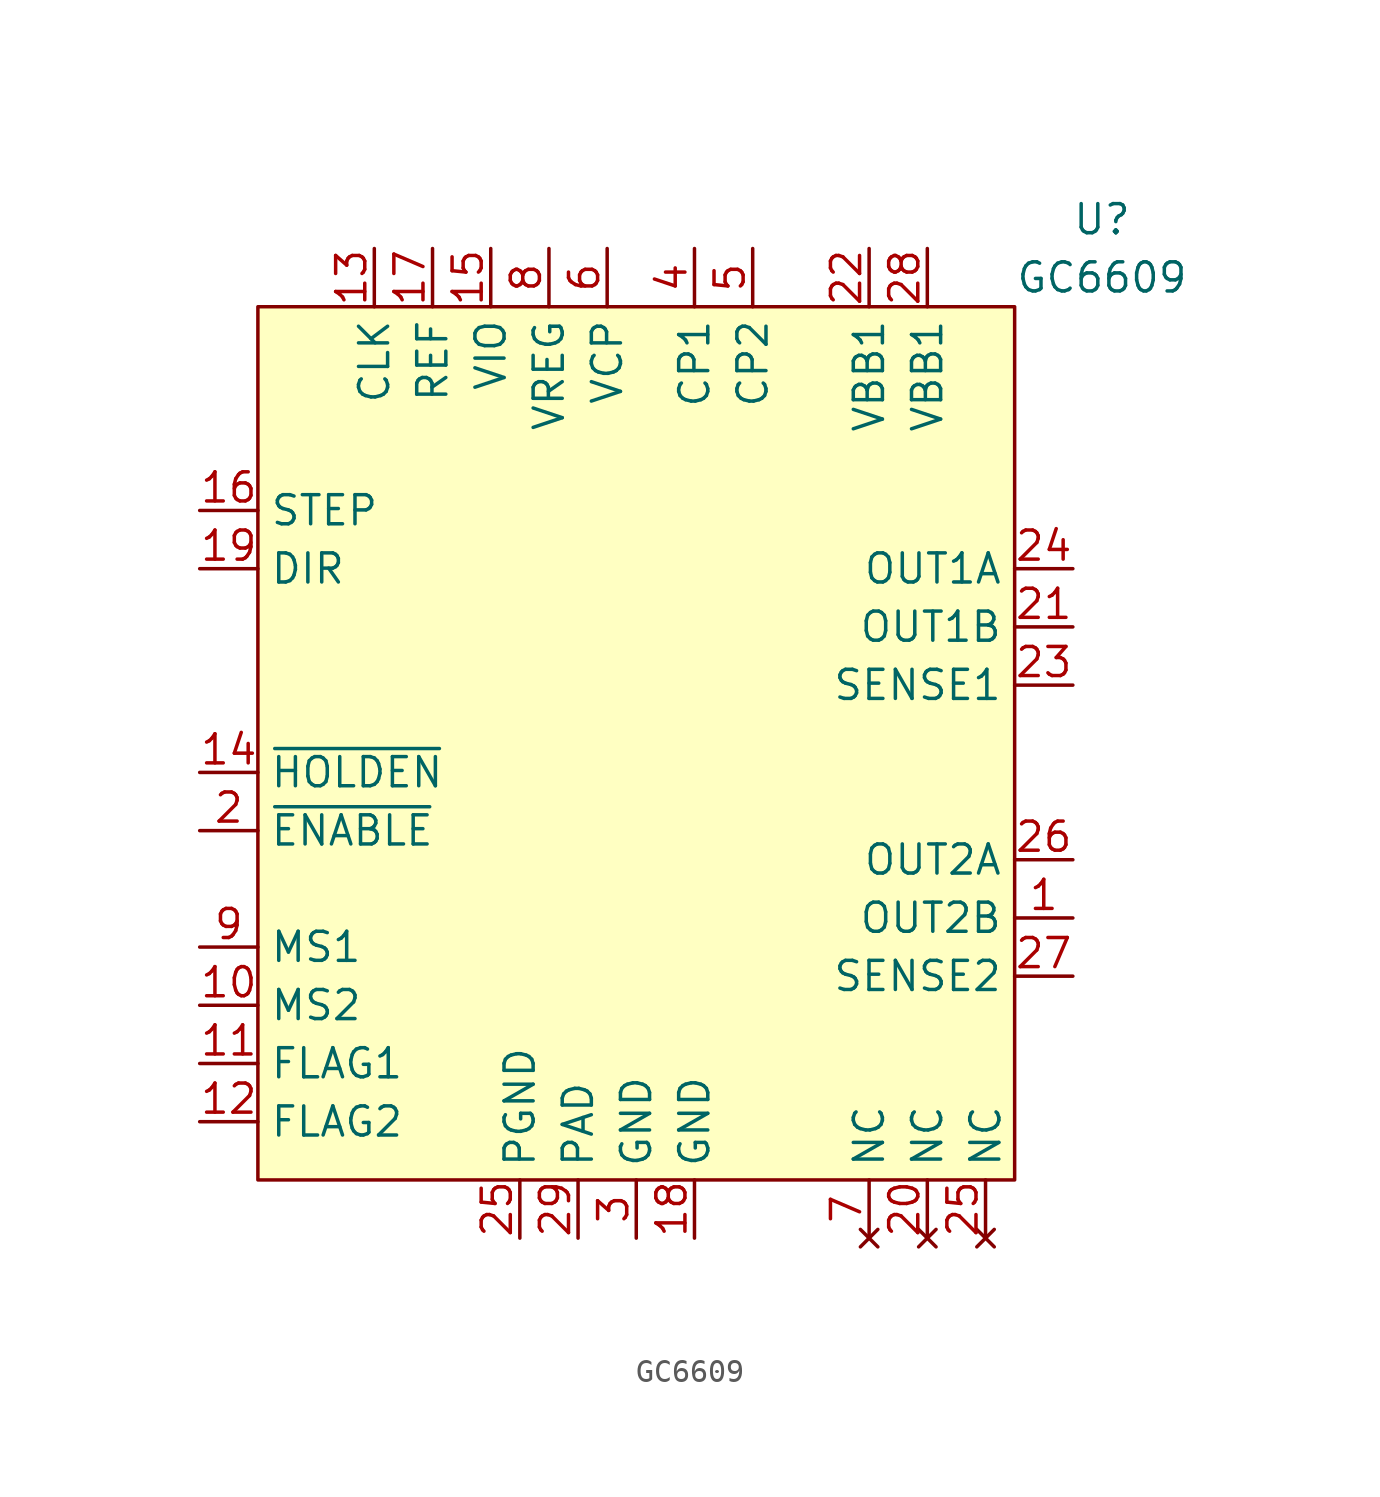
<source format=kicad_sym>
(kicad_symbol_lib
  (version 20231120)
  (generator "kicad_symbol_editor")
  (generator_version "8.0")
  (symbol "GC6609"
    (property "Reference" "U"
      (at 20.32 24.13 0)
      (effects (font (size 1.27 1.27))))
    (property "Value" "GC6609"
      (at 20.32 21.59 0)
      (effects (font (size 1.27 1.27))))
    (symbol "GC6609_1_1"
      (rectangle (start -16.51 20.32) (end 16.51 -17.78) (stroke (width 0) (type default)) (fill (type background)))
      (pin output line (at 19.05 -6.35 180) (length 2.54) (name "OUT2B" (effects (font (size 1.27 1.27)))) (number "1" (effects (font (size 1.27 1.27)))))
      (pin input line (at -19.05 -10.16 0) (length 2.54) (name "MS2" (effects (font (size 1.27 1.27)))) (number "10" (effects (font (size 1.27 1.27)))))
      (pin output line (at -19.05 -12.7 0) (length 2.54) (name "FLAG1" (effects (font (size 1.27 1.27)))) (number "11" (effects (font (size 1.27 1.27)))))
      (pin output line (at -19.05 -15.24 0) (length 2.54) (name "FLAG2" (effects (font (size 1.27 1.27)))) (number "12" (effects (font (size 1.27 1.27)))))
      (pin passive line (at -11.43 22.86 270) (length 2.54) (name "CLK" (effects (font (size 1.27 1.27)))) (number "13" (effects (font (size 1.27 1.27)))))
      (pin input line (at -19.05 0 0) (length 2.54) (name "~{HOLDEN}" (effects (font (size 1.27 1.27)))) (number "14" (effects (font (size 1.27 1.27)))))
      (pin power_in line (at -6.35 22.86 270) (length 2.54) (name "VIO" (effects (font (size 1.27 1.27)))) (number "15" (effects (font (size 1.27 1.27)))))
      (pin input line (at -19.05 11.43 0) (length 2.54) (name "STEP" (effects (font (size 1.27 1.27)))) (number "16" (effects (font (size 1.27 1.27)))))
      (pin input line (at -8.89 22.86 270) (length 2.54) (name "REF" (effects (font (size 1.27 1.27)))) (number "17" (effects (font (size 1.27 1.27)))))
      (pin power_in line (at 2.54 -20.32 90) (length 2.54) (name "GND" (effects (font (size 1.27 1.27)))) (number "18" (effects (font (size 1.27 1.27)))))
      (pin input line (at -19.05 8.89 0) (length 2.54) (name "DIR" (effects (font (size 1.27 1.27)))) (number "19" (effects (font (size 1.27 1.27)))))
      (pin input line (at -19.05 -2.54 0) (length 2.54) (name "~{ENABLE}" (effects (font (size 1.27 1.27)))) (number "2" (effects (font (size 1.27 1.27)))))
      (pin no_connect line (at 12.7 -20.32 90) (length 2.54) (name "NC" (effects (font (size 1.27 1.27)))) (number "20" (effects (font (size 1.27 1.27)))))
      (pin output line (at 19.05 6.35 180) (length 2.54) (name "OUT1B" (effects (font (size 1.27 1.27)))) (number "21" (effects (font (size 1.27 1.27)))))
      (pin power_in line (at 10.16 22.86 270) (length 2.54) (name "VBB1" (effects (font (size 1.27 1.27)))) (number "22" (effects (font (size 1.27 1.27)))))
      (pin passive line (at 19.05 3.81 180) (length 2.54) (name "SENSE1" (effects (font (size 1.27 1.27)))) (number "23" (effects (font (size 1.27 1.27)))))
      (pin output line (at 19.05 8.89 180) (length 2.54) (name "OUT1A" (effects (font (size 1.27 1.27)))) (number "24" (effects (font (size 1.27 1.27)))))
      (pin no_connect line (at 15.24 -20.32 90) (length 2.54) (name "NC" (effects (font (size 1.27 1.27)))) (number "25" (effects (font (size 1.27 1.27)))))
      (pin power_in line (at -5.08 -20.32 90) (length 2.54) (name "PGND" (effects (font (size 1.27 1.27)))) (number "25" (effects (font (size 1.27 1.27)))))
      (pin output line (at 19.05 -3.81 180) (length 2.54) (name "OUT2A" (effects (font (size 1.27 1.27)))) (number "26" (effects (font (size 1.27 1.27)))))
      (pin passive line (at 19.05 -8.89 180) (length 2.54) (name "SENSE2" (effects (font (size 1.27 1.27)))) (number "27" (effects (font (size 1.27 1.27)))))
      (pin power_in line (at 12.7 22.86 270) (length 2.54) (name "VBB1" (effects (font (size 1.27 1.27)))) (number "28" (effects (font (size 1.27 1.27)))))
      (pin passive line (at -2.54 -20.32 90) (length 2.54) (name "PAD" (effects (font (size 1.27 1.27)))) (number "29" (effects (font (size 1.27 1.27)))))
      (pin power_in line (at 0 -20.32 90) (length 2.54) (name "GND" (effects (font (size 1.27 1.27)))) (number "3" (effects (font (size 1.27 1.27)))))
      (pin passive line (at 2.54 22.86 270) (length 2.54) (name "CP1" (effects (font (size 1.27 1.27)))) (number "4" (effects (font (size 1.27 1.27)))))
      (pin passive line (at 5.08 22.86 270) (length 2.54) (name "CP2" (effects (font (size 1.27 1.27)))) (number "5" (effects (font (size 1.27 1.27)))))
      (pin passive line (at -1.27 22.86 270) (length 2.54) (name "VCP" (effects (font (size 1.27 1.27)))) (number "6" (effects (font (size 1.27 1.27)))))
      (pin no_connect line (at 10.16 -20.32 90) (length 2.54) (name "NC" (effects (font (size 1.27 1.27)))) (number "7" (effects (font (size 1.27 1.27)))))
      (pin passive line (at -3.81 22.86 270) (length 2.54) (name "VREG" (effects (font (size 1.27 1.27)))) (number "8" (effects (font (size 1.27 1.27)))))
      (pin input line (at -19.05 -7.62 0) (length 2.54) (name "MS1" (effects (font (size 1.27 1.27)))) (number "9" (effects (font (size 1.27 1.27))))))))
</source>
